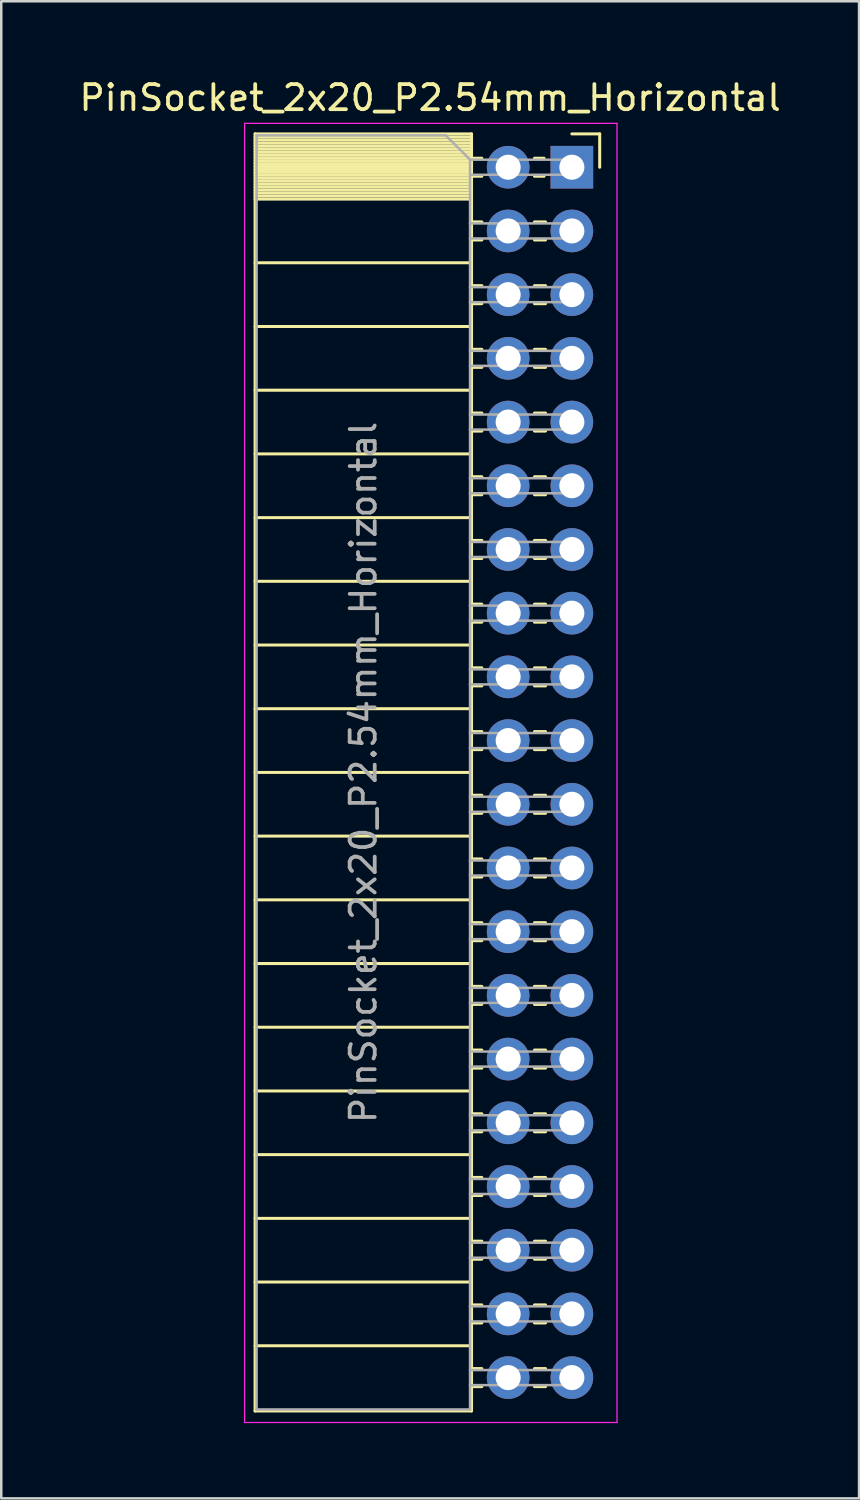
<source format=kicad_pcb>
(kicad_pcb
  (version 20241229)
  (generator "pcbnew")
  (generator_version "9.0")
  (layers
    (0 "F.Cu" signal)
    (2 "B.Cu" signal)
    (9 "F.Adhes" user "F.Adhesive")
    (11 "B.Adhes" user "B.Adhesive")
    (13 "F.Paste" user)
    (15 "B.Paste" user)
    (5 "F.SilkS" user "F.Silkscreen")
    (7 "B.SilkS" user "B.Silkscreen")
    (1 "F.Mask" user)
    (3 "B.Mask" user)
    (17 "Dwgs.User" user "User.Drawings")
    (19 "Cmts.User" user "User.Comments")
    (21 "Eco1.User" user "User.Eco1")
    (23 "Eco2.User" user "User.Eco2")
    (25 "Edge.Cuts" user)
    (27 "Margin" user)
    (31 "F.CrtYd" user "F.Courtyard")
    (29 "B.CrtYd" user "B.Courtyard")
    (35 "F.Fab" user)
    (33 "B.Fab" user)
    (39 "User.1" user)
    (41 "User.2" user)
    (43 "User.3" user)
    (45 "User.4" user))
  (footprint "PinSocket_2x20_P2.54mm_Horizontal"
    (layer "F.Cu")
    (at 19.751 3.618)
    (property "Reference" "PinSocket_2x20_P2.54mm_Horizontal" (at -5.65 -2.77 0) (layer "F.SilkS") (effects (font (size 1 1) (thickness 0.15))))
    (attr through_hole)
    (fp_line (start -12.63 -1.33) (end -12.63 49.59) (stroke (width 0.12) (type solid)) (layer "F.SilkS"))
    (fp_line (start -12.63 -1.33) (end -4 -1.33) (stroke (width 0.12) (type solid)) (layer "F.SilkS"))
    (fp_line (start -12.63 -1.21) (end -4 -1.21) (stroke (width 0.12) (type solid)) (layer "F.SilkS"))
    (fp_line (start -12.63 -1.092) (end -4 -1.092) (stroke (width 0.12) (type solid)) (layer "F.SilkS"))
    (fp_line (start -12.63 -0.974) (end -4 -0.974) (stroke (width 0.12) (type solid)) (layer "F.SilkS"))
    (fp_line (start -12.63 -0.856) (end -4 -0.856) (stroke (width 0.12) (type solid)) (layer "F.SilkS"))
    (fp_line (start -12.63 -0.738) (end -4 -0.738) (stroke (width 0.12) (type solid)) (layer "F.SilkS"))
    (fp_line (start -12.63 -0.62) (end -4 -0.62) (stroke (width 0.12) (type solid)) (layer "F.SilkS"))
    (fp_line (start -12.63 -0.501) (end -4 -0.501) (stroke (width 0.12) (type solid)) (layer "F.SilkS"))
    (fp_line (start -12.63 -0.383) (end -4 -0.383) (stroke (width 0.12) (type solid)) (layer "F.SilkS"))
    (fp_line (start -12.63 -0.265) (end -4 -0.265) (stroke (width 0.12) (type solid)) (layer "F.SilkS"))
    (fp_line (start -12.63 -0.147) (end -4 -0.147) (stroke (width 0.12) (type solid)) (layer "F.SilkS"))
    (fp_line (start -12.63 -0.029) (end -4 -0.029) (stroke (width 0.12) (type solid)) (layer "F.SilkS"))
    (fp_line (start -12.63 0.089) (end -4 0.089) (stroke (width 0.12) (type solid)) (layer "F.SilkS"))
    (fp_line (start -12.63 0.207) (end -4 0.207) (stroke (width 0.12) (type solid)) (layer "F.SilkS"))
    (fp_line (start -12.63 0.325) (end -4 0.325) (stroke (width 0.12) (type solid)) (layer "F.SilkS"))
    (fp_line (start -12.63 0.443) (end -4 0.443) (stroke (width 0.12) (type solid)) (layer "F.SilkS"))
    (fp_line (start -12.63 0.561) (end -4 0.561) (stroke (width 0.12) (type solid)) (layer "F.SilkS"))
    (fp_line (start -12.63 0.68) (end -4 0.68) (stroke (width 0.12) (type solid)) (layer "F.SilkS"))
    (fp_line (start -12.63 0.798) (end -4 0.798) (stroke (width 0.12) (type solid)) (layer "F.SilkS"))
    (fp_line (start -12.63 0.916) (end -4 0.916) (stroke (width 0.12) (type solid)) (layer "F.SilkS"))
    (fp_line (start -12.63 1.034) (end -4 1.034) (stroke (width 0.12) (type solid)) (layer "F.SilkS"))
    (fp_line (start -12.63 1.152) (end -4 1.152) (stroke (width 0.12) (type solid)) (layer "F.SilkS"))
    (fp_line (start -12.63 1.27) (end -4 1.27) (stroke (width 0.12) (type solid)) (layer "F.SilkS"))
    (fp_line (start -12.63 3.81) (end -4 3.81) (stroke (width 0.12) (type solid)) (layer "F.SilkS"))
    (fp_line (start -12.63 6.35) (end -4 6.35) (stroke (width 0.12) (type solid)) (layer "F.SilkS"))
    (fp_line (start -12.63 8.89) (end -4 8.89) (stroke (width 0.12) (type solid)) (layer "F.SilkS"))
    (fp_line (start -12.63 11.43) (end -4 11.43) (stroke (width 0.12) (type solid)) (layer "F.SilkS"))
    (fp_line (start -12.63 13.97) (end -4 13.97) (stroke (width 0.12) (type solid)) (layer "F.SilkS"))
    (fp_line (start -12.63 16.51) (end -4 16.51) (stroke (width 0.12) (type solid)) (layer "F.SilkS"))
    (fp_line (start -12.63 19.05) (end -4 19.05) (stroke (width 0.12) (type solid)) (layer "F.SilkS"))
    (fp_line (start -12.63 21.59) (end -4 21.59) (stroke (width 0.12) (type solid)) (layer "F.SilkS"))
    (fp_line (start -12.63 24.13) (end -4 24.13) (stroke (width 0.12) (type solid)) (layer "F.SilkS"))
    (fp_line (start -12.63 26.67) (end -4 26.67) (stroke (width 0.12) (type solid)) (layer "F.SilkS"))
    (fp_line (start -12.63 29.21) (end -4 29.21) (stroke (width 0.12) (type solid)) (layer "F.SilkS"))
    (fp_line (start -12.63 31.75) (end -4 31.75) (stroke (width 0.12) (type solid)) (layer "F.SilkS"))
    (fp_line (start -12.63 34.29) (end -4 34.29) (stroke (width 0.12) (type solid)) (layer "F.SilkS"))
    (fp_line (start -12.63 36.83) (end -4 36.83) (stroke (width 0.12) (type solid)) (layer "F.SilkS"))
    (fp_line (start -12.63 39.37) (end -4 39.37) (stroke (width 0.12) (type solid)) (layer "F.SilkS"))
    (fp_line (start -12.63 41.91) (end -4 41.91) (stroke (width 0.12) (type solid)) (layer "F.SilkS"))
    (fp_line (start -12.63 44.45) (end -4 44.45) (stroke (width 0.12) (type solid)) (layer "F.SilkS"))
    (fp_line (start -12.63 46.99) (end -4 46.99) (stroke (width 0.12) (type solid)) (layer "F.SilkS"))
    (fp_line (start -12.63 49.59) (end -4 49.59) (stroke (width 0.12) (type solid)) (layer "F.SilkS"))
    (fp_line (start -4 -1.33) (end -4 49.59) (stroke (width 0.12) (type solid)) (layer "F.SilkS"))
    (fp_line (start -4 -0.36) (end -3.59 -0.36) (stroke (width 0.12) (type solid)) (layer "F.SilkS"))
    (fp_line (start -4 0.36) (end -3.59 0.36) (stroke (width 0.12) (type solid)) (layer "F.SilkS"))
    (fp_line (start -4 2.18) (end -3.59 2.18) (stroke (width 0.12) (type solid)) (layer "F.SilkS"))
    (fp_line (start -4 2.9) (end -3.59 2.9) (stroke (width 0.12) (type solid)) (layer "F.SilkS"))
    (fp_line (start -4 4.72) (end -3.59 4.72) (stroke (width 0.12) (type solid)) (layer "F.SilkS"))
    (fp_line (start -4 5.44) (end -3.59 5.44) (stroke (width 0.12) (type solid)) (layer "F.SilkS"))
    (fp_line (start -4 7.26) (end -3.59 7.26) (stroke (width 0.12) (type solid)) (layer "F.SilkS"))
    (fp_line (start -4 7.98) (end -3.59 7.98) (stroke (width 0.12) (type solid)) (layer "F.SilkS"))
    (fp_line (start -4 9.8) (end -3.59 9.8) (stroke (width 0.12) (type solid)) (layer "F.SilkS"))
    (fp_line (start -4 10.52) (end -3.59 10.52) (stroke (width 0.12) (type solid)) (layer "F.SilkS"))
    (fp_line (start -4 12.34) (end -3.59 12.34) (stroke (width 0.12) (type solid)) (layer "F.SilkS"))
    (fp_line (start -4 13.06) (end -3.59 13.06) (stroke (width 0.12) (type solid)) (layer "F.SilkS"))
    (fp_line (start -4 14.88) (end -3.59 14.88) (stroke (width 0.12) (type solid)) (layer "F.SilkS"))
    (fp_line (start -4 15.6) (end -3.59 15.6) (stroke (width 0.12) (type solid)) (layer "F.SilkS"))
    (fp_line (start -4 17.42) (end -3.59 17.42) (stroke (width 0.12) (type solid)) (layer "F.SilkS"))
    (fp_line (start -4 18.14) (end -3.59 18.14) (stroke (width 0.12) (type solid)) (layer "F.SilkS"))
    (fp_line (start -4 19.96) (end -3.59 19.96) (stroke (width 0.12) (type solid)) (layer "F.SilkS"))
    (fp_line (start -4 20.68) (end -3.59 20.68) (stroke (width 0.12) (type solid)) (layer "F.SilkS"))
    (fp_line (start -4 22.5) (end -3.59 22.5) (stroke (width 0.12) (type solid)) (layer "F.SilkS"))
    (fp_line (start -4 23.22) (end -3.59 23.22) (stroke (width 0.12) (type solid)) (layer "F.SilkS"))
    (fp_line (start -4 25.04) (end -3.59 25.04) (stroke (width 0.12) (type solid)) (layer "F.SilkS"))
    (fp_line (start -4 25.76) (end -3.59 25.76) (stroke (width 0.12) (type solid)) (layer "F.SilkS"))
    (fp_line (start -4 27.58) (end -3.59 27.58) (stroke (width 0.12) (type solid)) (layer "F.SilkS"))
    (fp_line (start -4 28.3) (end -3.59 28.3) (stroke (width 0.12) (type solid)) (layer "F.SilkS"))
    (fp_line (start -4 30.12) (end -3.59 30.12) (stroke (width 0.12) (type solid)) (layer "F.SilkS"))
    (fp_line (start -4 30.84) (end -3.59 30.84) (stroke (width 0.12) (type solid)) (layer "F.SilkS"))
    (fp_line (start -4 32.66) (end -3.59 32.66) (stroke (width 0.12) (type solid)) (layer "F.SilkS"))
    (fp_line (start -4 33.38) (end -3.59 33.38) (stroke (width 0.12) (type solid)) (layer "F.SilkS"))
    (fp_line (start -4 35.2) (end -3.59 35.2) (stroke (width 0.12) (type solid)) (layer "F.SilkS"))
    (fp_line (start -4 35.92) (end -3.59 35.92) (stroke (width 0.12) (type solid)) (layer "F.SilkS"))
    (fp_line (start -4 37.74) (end -3.59 37.74) (stroke (width 0.12) (type solid)) (layer "F.SilkS"))
    (fp_line (start -4 38.46) (end -3.59 38.46) (stroke (width 0.12) (type solid)) (layer "F.SilkS"))
    (fp_line (start -4 40.28) (end -3.59 40.28) (stroke (width 0.12) (type solid)) (layer "F.SilkS"))
    (fp_line (start -4 41) (end -3.59 41) (stroke (width 0.12) (type solid)) (layer "F.SilkS"))
    (fp_line (start -4 42.82) (end -3.59 42.82) (stroke (width 0.12) (type solid)) (layer "F.SilkS"))
    (fp_line (start -4 43.54) (end -3.59 43.54) (stroke (width 0.12) (type solid)) (layer "F.SilkS"))
    (fp_line (start -4 45.36) (end -3.59 45.36) (stroke (width 0.12) (type solid)) (layer "F.SilkS"))
    (fp_line (start -4 46.08) (end -3.59 46.08) (stroke (width 0.12) (type solid)) (layer "F.SilkS"))
    (fp_line (start -4 47.9) (end -3.59 47.9) (stroke (width 0.12) (type solid)) (layer "F.SilkS"))
    (fp_line (start -4 48.62) (end -3.59 48.62) (stroke (width 0.12) (type solid)) (layer "F.SilkS"))
    (fp_line (start -1.49 -0.36) (end -1.11 -0.36) (stroke (width 0.12) (type solid)) (layer "F.SilkS"))
    (fp_line (start -1.49 0.36) (end -1.11 0.36) (stroke (width 0.12) (type solid)) (layer "F.SilkS"))
    (fp_line (start -1.49 2.18) (end -1.05 2.18) (stroke (width 0.12) (type solid)) (layer "F.SilkS"))
    (fp_line (start -1.49 2.9) (end -1.05 2.9) (stroke (width 0.12) (type solid)) (layer "F.SilkS"))
    (fp_line (start -1.49 4.72) (end -1.05 4.72) (stroke (width 0.12) (type solid)) (layer "F.SilkS"))
    (fp_line (start -1.49 5.44) (end -1.05 5.44) (stroke (width 0.12) (type solid)) (layer "F.SilkS"))
    (fp_line (start -1.49 7.26) (end -1.05 7.26) (stroke (width 0.12) (type solid)) (layer "F.SilkS"))
    (fp_line (start -1.49 7.98) (end -1.05 7.98) (stroke (width 0.12) (type solid)) (layer "F.SilkS"))
    (fp_line (start -1.49 9.8) (end -1.05 9.8) (stroke (width 0.12) (type solid)) (layer "F.SilkS"))
    (fp_line (start -1.49 10.52) (end -1.05 10.52) (stroke (width 0.12) (type solid)) (layer "F.SilkS"))
    (fp_line (start -1.49 12.34) (end -1.05 12.34) (stroke (width 0.12) (type solid)) (layer "F.SilkS"))
    (fp_line (start -1.49 13.06) (end -1.05 13.06) (stroke (width 0.12) (type solid)) (layer "F.SilkS"))
    (fp_line (start -1.49 14.88) (end -1.05 14.88) (stroke (width 0.12) (type solid)) (layer "F.SilkS"))
    (fp_line (start -1.49 15.6) (end -1.05 15.6) (stroke (width 0.12) (type solid)) (layer "F.SilkS"))
    (fp_line (start -1.49 17.42) (end -1.05 17.42) (stroke (width 0.12) (type solid)) (layer "F.SilkS"))
    (fp_line (start -1.49 18.14) (end -1.05 18.14) (stroke (width 0.12) (type solid)) (layer "F.SilkS"))
    (fp_line (start -1.49 19.96) (end -1.05 19.96) (stroke (width 0.12) (type solid)) (layer "F.SilkS"))
    (fp_line (start -1.49 20.68) (end -1.05 20.68) (stroke (width 0.12) (type solid)) (layer "F.SilkS"))
    (fp_line (start -1.49 22.5) (end -1.05 22.5) (stroke (width 0.12) (type solid)) (layer "F.SilkS"))
    (fp_line (start -1.49 23.22) (end -1.05 23.22) (stroke (width 0.12) (type solid)) (layer "F.SilkS"))
    (fp_line (start -1.49 25.04) (end -1.05 25.04) (stroke (width 0.12) (type solid)) (layer "F.SilkS"))
    (fp_line (start -1.49 25.76) (end -1.05 25.76) (stroke (width 0.12) (type solid)) (layer "F.SilkS"))
    (fp_line (start -1.49 27.58) (end -1.05 27.58) (stroke (width 0.12) (type solid)) (layer "F.SilkS"))
    (fp_line (start -1.49 28.3) (end -1.05 28.3) (stroke (width 0.12) (type solid)) (layer "F.SilkS"))
    (fp_line (start -1.49 30.12) (end -1.05 30.12) (stroke (width 0.12) (type solid)) (layer "F.SilkS"))
    (fp_line (start -1.49 30.84) (end -1.05 30.84) (stroke (width 0.12) (type solid)) (layer "F.SilkS"))
    (fp_line (start -1.49 32.66) (end -1.05 32.66) (stroke (width 0.12) (type solid)) (layer "F.SilkS"))
    (fp_line (start -1.49 33.38) (end -1.05 33.38) (stroke (width 0.12) (type solid)) (layer "F.SilkS"))
    (fp_line (start -1.49 35.2) (end -1.05 35.2) (stroke (width 0.12) (type solid)) (layer "F.SilkS"))
    (fp_line (start -1.49 35.92) (end -1.05 35.92) (stroke (width 0.12) (type solid)) (layer "F.SilkS"))
    (fp_line (start -1.49 37.74) (end -1.05 37.74) (stroke (width 0.12) (type solid)) (layer "F.SilkS"))
    (fp_line (start -1.49 38.46) (end -1.05 38.46) (stroke (width 0.12) (type solid)) (layer "F.SilkS"))
    (fp_line (start -1.49 40.28) (end -1.05 40.28) (stroke (width 0.12) (type solid)) (layer "F.SilkS"))
    (fp_line (start -1.49 41) (end -1.05 41) (stroke (width 0.12) (type solid)) (layer "F.SilkS"))
    (fp_line (start -1.49 42.82) (end -1.05 42.82) (stroke (width 0.12) (type solid)) (layer "F.SilkS"))
    (fp_line (start -1.49 43.54) (end -1.05 43.54) (stroke (width 0.12) (type solid)) (layer "F.SilkS"))
    (fp_line (start -1.49 45.36) (end -1.05 45.36) (stroke (width 0.12) (type solid)) (layer "F.SilkS"))
    (fp_line (start -1.49 46.08) (end -1.05 46.08) (stroke (width 0.12) (type solid)) (layer "F.SilkS"))
    (fp_line (start -1.49 47.9) (end -1.05 47.9) (stroke (width 0.12) (type solid)) (layer "F.SilkS"))
    (fp_line (start -1.49 48.62) (end -1.05 48.62) (stroke (width 0.12) (type solid)) (layer "F.SilkS"))
    (fp_line (start 0 -1.33) (end 1.11 -1.33) (stroke (width 0.12) (type solid)) (layer "F.SilkS"))
    (fp_line (start 1.11 -1.33) (end 1.11 0) (stroke (width 0.12) (type solid)) (layer "F.SilkS"))
    (fp_line (start -13.05 -1.75) (end -13.05 50.05) (stroke (width 0.05) (type solid)) (layer "F.CrtYd"))
    (fp_line (start -13.05 50.05) (end 1.8 50.05) (stroke (width 0.05) (type solid)) (layer "F.CrtYd"))
    (fp_line (start 1.8 -1.75) (end -13.05 -1.75) (stroke (width 0.05) (type solid)) (layer "F.CrtYd"))
    (fp_line (start 1.8 50.05) (end 1.8 -1.75) (stroke (width 0.05) (type solid)) (layer "F.CrtYd"))
    (fp_line (start -12.57 -1.27) (end -5.03 -1.27) (stroke (width 0.1) (type solid)) (layer "F.Fab"))
    (fp_line (start -12.57 49.53) (end -12.57 -1.27) (stroke (width 0.1) (type solid)) (layer "F.Fab"))
    (fp_line (start -5.03 -1.27) (end -4.06 -0.3) (stroke (width 0.1) (type solid)) (layer "F.Fab"))
    (fp_line (start -4.06 -0.3) (end -4.06 49.53) (stroke (width 0.1) (type solid)) (layer "F.Fab"))
    (fp_line (start -4.06 0.3) (end 0 0.3) (stroke (width 0.1) (type solid)) (layer "F.Fab"))
    (fp_line (start -4.06 2.84) (end 0 2.84) (stroke (width 0.1) (type solid)) (layer "F.Fab"))
    (fp_line (start -4.06 5.38) (end 0 5.38) (stroke (width 0.1) (type solid)) (layer "F.Fab"))
    (fp_line (start -4.06 7.92) (end 0 7.92) (stroke (width 0.1) (type solid)) (layer "F.Fab"))
    (fp_line (start -4.06 10.46) (end 0 10.46) (stroke (width 0.1) (type solid)) (layer "F.Fab"))
    (fp_line (start -4.06 13) (end 0 13) (stroke (width 0.1) (type solid)) (layer "F.Fab"))
    (fp_line (start -4.06 15.54) (end 0 15.54) (stroke (width 0.1) (type solid)) (layer "F.Fab"))
    (fp_line (start -4.06 18.08) (end 0 18.08) (stroke (width 0.1) (type solid)) (layer "F.Fab"))
    (fp_line (start -4.06 20.62) (end 0 20.62) (stroke (width 0.1) (type solid)) (layer "F.Fab"))
    (fp_line (start -4.06 23.16) (end 0 23.16) (stroke (width 0.1) (type solid)) (layer "F.Fab"))
    (fp_line (start -4.06 25.7) (end 0 25.7) (stroke (width 0.1) (type solid)) (layer "F.Fab"))
    (fp_line (start -4.06 28.24) (end 0 28.24) (stroke (width 0.1) (type solid)) (layer "F.Fab"))
    (fp_line (start -4.06 30.78) (end 0 30.78) (stroke (width 0.1) (type solid)) (layer "F.Fab"))
    (fp_line (start -4.06 33.32) (end 0 33.32) (stroke (width 0.1) (type solid)) (layer "F.Fab"))
    (fp_line (start -4.06 35.86) (end 0 35.86) (stroke (width 0.1) (type solid)) (layer "F.Fab"))
    (fp_line (start -4.06 38.4) (end 0 38.4) (stroke (width 0.1) (type solid)) (layer "F.Fab"))
    (fp_line (start -4.06 40.94) (end 0 40.94) (stroke (width 0.1) (type solid)) (layer "F.Fab"))
    (fp_line (start -4.06 43.48) (end 0 43.48) (stroke (width 0.1) (type solid)) (layer "F.Fab"))
    (fp_line (start -4.06 46.02) (end 0 46.02) (stroke (width 0.1) (type solid)) (layer "F.Fab"))
    (fp_line (start -4.06 48.56) (end 0 48.56) (stroke (width 0.1) (type solid)) (layer "F.Fab"))
    (fp_line (start -4.06 49.53) (end -12.57 49.53) (stroke (width 0.1) (type solid)) (layer "F.Fab"))
    (fp_line (start 0 -0.3) (end -4.06 -0.3) (stroke (width 0.1) (type solid)) (layer "F.Fab"))
    (fp_line (start 0 0.3) (end 0 -0.3) (stroke (width 0.1) (type solid)) (layer "F.Fab"))
    (fp_line (start 0 2.24) (end -4.06 2.24) (stroke (width 0.1) (type solid)) (layer "F.Fab"))
    (fp_line (start 0 2.84) (end 0 2.24) (stroke (width 0.1) (type solid)) (layer "F.Fab"))
    (fp_line (start 0 4.78) (end -4.06 4.78) (stroke (width 0.1) (type solid)) (layer "F.Fab"))
    (fp_line (start 0 5.38) (end 0 4.78) (stroke (width 0.1) (type solid)) (layer "F.Fab"))
    (fp_line (start 0 7.32) (end -4.06 7.32) (stroke (width 0.1) (type solid)) (layer "F.Fab"))
    (fp_line (start 0 7.92) (end 0 7.32) (stroke (width 0.1) (type solid)) (layer "F.Fab"))
    (fp_line (start 0 9.86) (end -4.06 9.86) (stroke (width 0.1) (type solid)) (layer "F.Fab"))
    (fp_line (start 0 10.46) (end 0 9.86) (stroke (width 0.1) (type solid)) (layer "F.Fab"))
    (fp_line (start 0 12.4) (end -4.06 12.4) (stroke (width 0.1) (type solid)) (layer "F.Fab"))
    (fp_line (start 0 13) (end 0 12.4) (stroke (width 0.1) (type solid)) (layer "F.Fab"))
    (fp_line (start 0 14.94) (end -4.06 14.94) (stroke (width 0.1) (type solid)) (layer "F.Fab"))
    (fp_line (start 0 15.54) (end 0 14.94) (stroke (width 0.1) (type solid)) (layer "F.Fab"))
    (fp_line (start 0 17.48) (end -4.06 17.48) (stroke (width 0.1) (type solid)) (layer "F.Fab"))
    (fp_line (start 0 18.08) (end 0 17.48) (stroke (width 0.1) (type solid)) (layer "F.Fab"))
    (fp_line (start 0 20.02) (end -4.06 20.02) (stroke (width 0.1) (type solid)) (layer "F.Fab"))
    (fp_line (start 0 20.62) (end 0 20.02) (stroke (width 0.1) (type solid)) (layer "F.Fab"))
    (fp_line (start 0 22.56) (end -4.06 22.56) (stroke (width 0.1) (type solid)) (layer "F.Fab"))
    (fp_line (start 0 23.16) (end 0 22.56) (stroke (width 0.1) (type solid)) (layer "F.Fab"))
    (fp_line (start 0 25.1) (end -4.06 25.1) (stroke (width 0.1) (type solid)) (layer "F.Fab"))
    (fp_line (start 0 25.7) (end 0 25.1) (stroke (width 0.1) (type solid)) (layer "F.Fab"))
    (fp_line (start 0 27.64) (end -4.06 27.64) (stroke (width 0.1) (type solid)) (layer "F.Fab"))
    (fp_line (start 0 28.24) (end 0 27.64) (stroke (width 0.1) (type solid)) (layer "F.Fab"))
    (fp_line (start 0 30.18) (end -4.06 30.18) (stroke (width 0.1) (type solid)) (layer "F.Fab"))
    (fp_line (start 0 30.78) (end 0 30.18) (stroke (width 0.1) (type solid)) (layer "F.Fab"))
    (fp_line (start 0 32.72) (end -4.06 32.72) (stroke (width 0.1) (type solid)) (layer "F.Fab"))
    (fp_line (start 0 33.32) (end 0 32.72) (stroke (width 0.1) (type solid)) (layer "F.Fab"))
    (fp_line (start 0 35.26) (end -4.06 35.26) (stroke (width 0.1) (type solid)) (layer "F.Fab"))
    (fp_line (start 0 35.86) (end 0 35.26) (stroke (width 0.1) (type solid)) (layer "F.Fab"))
    (fp_line (start 0 37.8) (end -4.06 37.8) (stroke (width 0.1) (type solid)) (layer "F.Fab"))
    (fp_line (start 0 38.4) (end 0 37.8) (stroke (width 0.1) (type solid)) (layer "F.Fab"))
    (fp_line (start 0 40.34) (end -4.06 40.34) (stroke (width 0.1) (type solid)) (layer "F.Fab"))
    (fp_line (start 0 40.94) (end 0 40.34) (stroke (width 0.1) (type solid)) (layer "F.Fab"))
    (fp_line (start 0 42.88) (end -4.06 42.88) (stroke (width 0.1) (type solid)) (layer "F.Fab"))
    (fp_line (start 0 43.48) (end 0 42.88) (stroke (width 0.1) (type solid)) (layer "F.Fab"))
    (fp_line (start 0 45.42) (end -4.06 45.42) (stroke (width 0.1) (type solid)) (layer "F.Fab"))
    (fp_line (start 0 46.02) (end 0 45.42) (stroke (width 0.1) (type solid)) (layer "F.Fab"))
    (fp_line (start 0 47.96) (end -4.06 47.96) (stroke (width 0.1) (type solid)) (layer "F.Fab"))
    (fp_line (start 0 48.56) (end 0 47.96) (stroke (width 0.1) (type solid)) (layer "F.Fab"))
    (fp_text user "${REFERENCE}" (at -8.315 24.13 90) (layer "F.Fab") (effects (font (size 1 1) (thickness 0.15))))
    (pad "1" thru_hole rect (at 0 0) (size 1.7 1.7) (drill 1) (layers "*.Cu" "*.Mask"))
    (pad "2" thru_hole circle (at -2.54 0) (size 1.7 1.7) (drill 1) (layers "*.Cu" "*.Mask"))
    (pad "3" thru_hole circle (at 0 2.54) (size 1.7 1.7) (drill 1) (layers "*.Cu" "*.Mask"))
    (pad "4" thru_hole circle (at -2.54 2.54) (size 1.7 1.7) (drill 1) (layers "*.Cu" "*.Mask"))
    (pad "5" thru_hole circle (at 0 5.08) (size 1.7 1.7) (drill 1) (layers "*.Cu" "*.Mask"))
    (pad "6" thru_hole circle (at -2.54 5.08) (size 1.7 1.7) (drill 1) (layers "*.Cu" "*.Mask"))
    (pad "7" thru_hole circle (at 0 7.62) (size 1.7 1.7) (drill 1) (layers "*.Cu" "*.Mask"))
    (pad "8" thru_hole circle (at -2.54 7.62) (size 1.7 1.7) (drill 1) (layers "*.Cu" "*.Mask"))
    (pad "9" thru_hole circle (at 0 10.16) (size 1.7 1.7) (drill 1) (layers "*.Cu" "*.Mask"))
    (pad "10" thru_hole circle (at -2.54 10.16) (size 1.7 1.7) (drill 1) (layers "*.Cu" "*.Mask"))
    (pad "11" thru_hole circle (at 0 12.7) (size 1.7 1.7) (drill 1) (layers "*.Cu" "*.Mask"))
    (pad "12" thru_hole circle (at -2.54 12.7) (size 1.7 1.7) (drill 1) (layers "*.Cu" "*.Mask"))
    (pad "13" thru_hole circle (at 0 15.24) (size 1.7 1.7) (drill 1) (layers "*.Cu" "*.Mask"))
    (pad "14" thru_hole circle (at -2.54 15.24) (size 1.7 1.7) (drill 1) (layers "*.Cu" "*.Mask"))
    (pad "15" thru_hole circle (at 0 17.78) (size 1.7 1.7) (drill 1) (layers "*.Cu" "*.Mask"))
    (pad "16" thru_hole circle (at -2.54 17.78) (size 1.7 1.7) (drill 1) (layers "*.Cu" "*.Mask"))
    (pad "17" thru_hole circle (at 0 20.32) (size 1.7 1.7) (drill 1) (layers "*.Cu" "*.Mask"))
    (pad "18" thru_hole circle (at -2.54 20.32) (size 1.7 1.7) (drill 1) (layers "*.Cu" "*.Mask"))
    (pad "19" thru_hole circle (at 0 22.86) (size 1.7 1.7) (drill 1) (layers "*.Cu" "*.Mask"))
    (pad "20" thru_hole circle (at -2.54 22.86) (size 1.7 1.7) (drill 1) (layers "*.Cu" "*.Mask"))
    (pad "21" thru_hole circle (at 0 25.4) (size 1.7 1.7) (drill 1) (layers "*.Cu" "*.Mask"))
    (pad "22" thru_hole circle (at -2.54 25.4) (size 1.7 1.7) (drill 1) (layers "*.Cu" "*.Mask"))
    (pad "23" thru_hole circle (at 0 27.94) (size 1.7 1.7) (drill 1) (layers "*.Cu" "*.Mask"))
    (pad "24" thru_hole circle (at -2.54 27.94) (size 1.7 1.7) (drill 1) (layers "*.Cu" "*.Mask"))
    (pad "25" thru_hole circle (at 0 30.48) (size 1.7 1.7) (drill 1) (layers "*.Cu" "*.Mask"))
    (pad "26" thru_hole circle (at -2.54 30.48) (size 1.7 1.7) (drill 1) (layers "*.Cu" "*.Mask"))
    (pad "27" thru_hole circle (at 0 33.02) (size 1.7 1.7) (drill 1) (layers "*.Cu" "*.Mask"))
    (pad "28" thru_hole circle (at -2.54 33.02) (size 1.7 1.7) (drill 1) (layers "*.Cu" "*.Mask"))
    (pad "29" thru_hole circle (at 0 35.56) (size 1.7 1.7) (drill 1) (layers "*.Cu" "*.Mask"))
    (pad "30" thru_hole circle (at -2.54 35.56) (size 1.7 1.7) (drill 1) (layers "*.Cu" "*.Mask"))
    (pad "31" thru_hole circle (at 0 38.1) (size 1.7 1.7) (drill 1) (layers "*.Cu" "*.Mask"))
    (pad "32" thru_hole circle (at -2.54 38.1) (size 1.7 1.7) (drill 1) (layers "*.Cu" "*.Mask"))
    (pad "33" thru_hole circle (at 0 40.64) (size 1.7 1.7) (drill 1) (layers "*.Cu" "*.Mask"))
    (pad "34" thru_hole circle (at -2.54 40.64) (size 1.7 1.7) (drill 1) (layers "*.Cu" "*.Mask"))
    (pad "35" thru_hole circle (at 0 43.18) (size 1.7 1.7) (drill 1) (layers "*.Cu" "*.Mask"))
    (pad "36" thru_hole circle (at -2.54 43.18) (size 1.7 1.7) (drill 1) (layers "*.Cu" "*.Mask"))
    (pad "37" thru_hole circle (at 0 45.72) (size 1.7 1.7) (drill 1) (layers "*.Cu" "*.Mask"))
    (pad "38" thru_hole circle (at -2.54 45.72) (size 1.7 1.7) (drill 1) (layers "*.Cu" "*.Mask"))
    (pad "39" thru_hole circle (at 0 48.26) (size 1.7 1.7) (drill 1) (layers "*.Cu" "*.Mask"))
    (pad "40" thru_hole circle (at -2.54 48.26) (size 1.7 1.7) (drill 1) (layers "*.Cu" "*.Mask")))
  (gr_rect
    (start -3 -3)
    (end 31.202 56.693)
    (stroke (width 0.1) (type default))
    (fill no)
    (layer "Edge.Cuts")))
</source>
